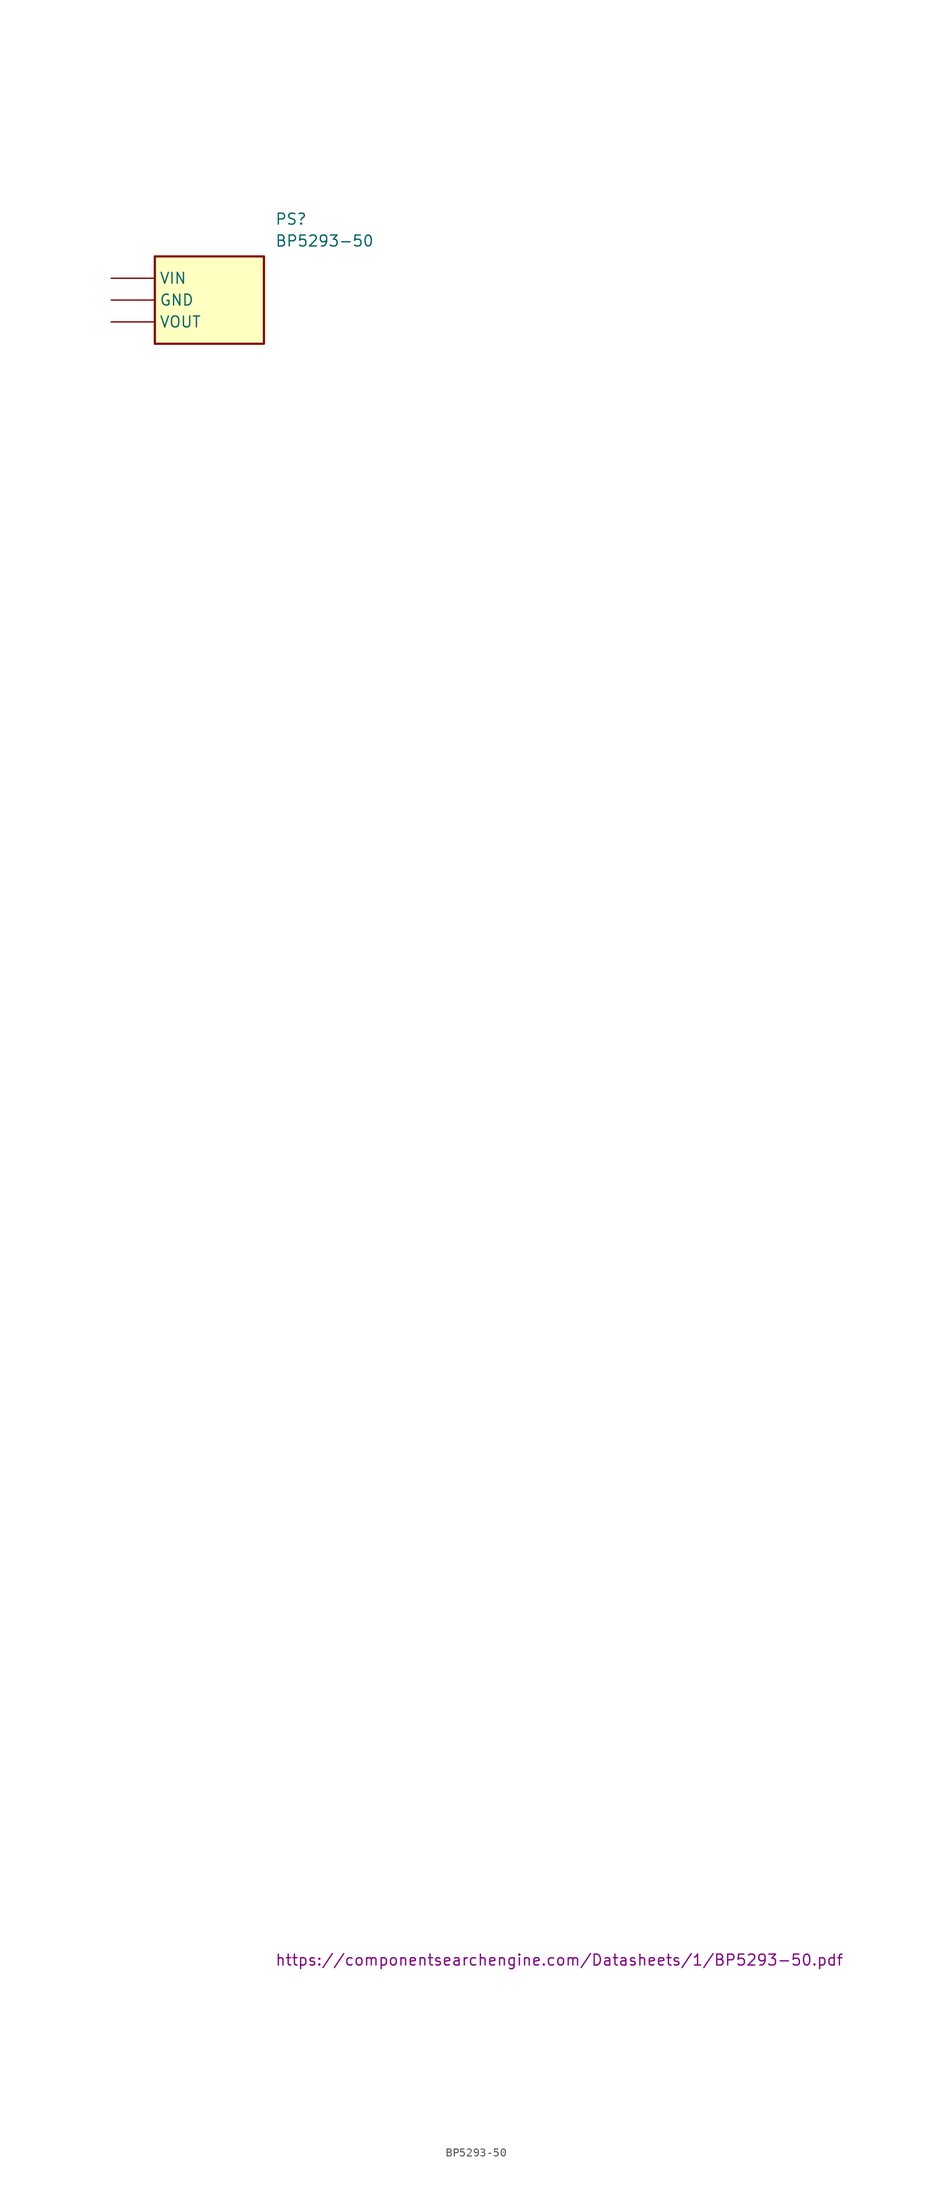
<source format=kicad_sym>
(kicad_symbol_lib
  (version 20220914)
  (generator kicad_symbol_editor)
  (symbol "BP5293-50"
    (pin_numbers hide)
    (property "Reference" "PS"
      (at 19.05 7.62 0)
      (effects (font (size 1.27 1.27)) (justify left top)))
    (property "Value" "BP5293-50"
      (at 19.05 5.08 0)
      (effects (font (size 1.27 1.27)) (justify left top)))
    (property "Datasheet" "https://componentsearchengine.com/Datasheets/1/BP5293-50.pdf"
      (at 19.05 -194.92 0)
      (effects (font (size 1.27 1.27)) (justify left top)))
    (symbol "BP5293-50_1_1"
      (rectangle (start 5.08 2.54) (end 17.78 -7.62) (stroke (width 0.254) (type default)) (fill (type background)))
      (pin passive line (at 0 0 0) (length 5.08) (name "VIN" (effects (font (size 1.27 1.27)))) (number "1" (effects (font (size 1.27 1.27)))))
      (pin passive line (at 0 -2.54 0) (length 5.08) (name "GND" (effects (font (size 1.27 1.27)))) (number "2" (effects (font (size 1.27 1.27)))))
      (pin passive line (at 0 -5.08 0) (length 5.08) (name "VOUT" (effects (font (size 1.27 1.27)))) (number "3" (effects (font (size 1.27 1.27))))))))
</source>
